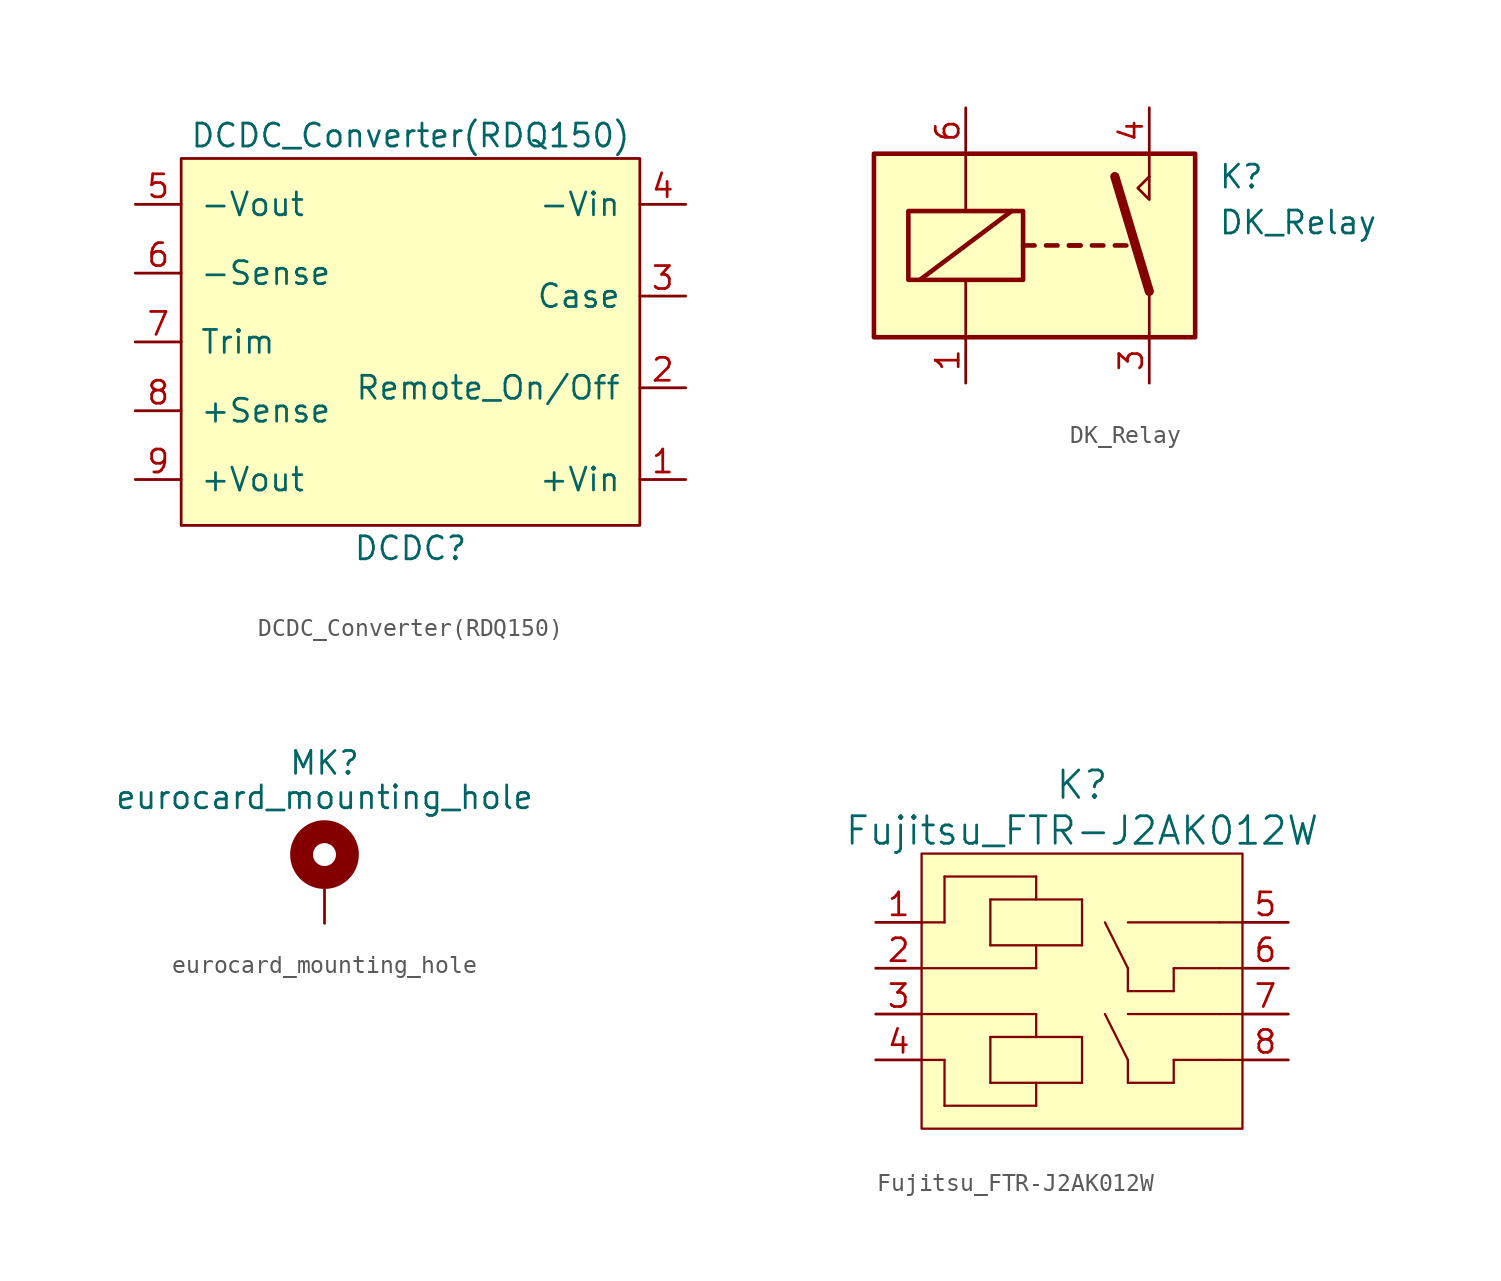
<source format=kicad_sym>
(kicad_symbol_lib
  (version 20211014)
  (generator kicad_symbol_editor)
  (symbol "DCDC_Converter(RDQ150)"
    (pin_names
      (offset 1.016))
    (property "Reference" "DCDC"
      (at 0 -25.4 0)
      (effects (font (size 1.27 1.27))))
    (property "Value" "DCDC_Converter(RDQ150)"
      (at 0 -2.54 0)
      (effects (font (size 1.27 1.27))))
    (symbol "DCDC_Converter(RDQ150)_0_1"
      (rectangle (start -12.7 -3.81) (end 12.7 -24.13) (stroke (width 0) (type default) (color 0 0 0 0)) (fill (type background))))
    (symbol "DCDC_Converter(RDQ150)_1_1"
      (pin power_in line (at 15.24 -21.59 180) (length 2.54) (name "+Vin" (effects (font (size 1.27 1.27)))) (number "1" (effects (font (size 1.27 1.27)))))
      (pin passive line (at 15.24 -16.51 180) (length 2.54) (name "Remote_On/Off" (effects (font (size 1.27 1.27)))) (number "2" (effects (font (size 1.27 1.27)))))
      (pin passive line (at 15.24 -11.43 180) (length 2.54) (name "Case" (effects (font (size 1.27 1.27)))) (number "3" (effects (font (size 1.27 1.27)))))
      (pin power_in line (at 15.24 -6.35 180) (length 2.54) (name "-Vin" (effects (font (size 1.27 1.27)))) (number "4" (effects (font (size 1.27 1.27)))))
      (pin passive line (at -15.24 -6.35 0) (length 2.54) (name "-Vout" (effects (font (size 1.27 1.27)))) (number "5" (effects (font (size 1.27 1.27)))))
      (pin passive line (at -15.24 -10.16 0) (length 2.54) (name "-Sense" (effects (font (size 1.27 1.27)))) (number "6" (effects (font (size 1.27 1.27)))))
      (pin passive line (at -15.24 -13.97 0) (length 2.54) (name "Trim" (effects (font (size 1.27 1.27)))) (number "7" (effects (font (size 1.27 1.27)))))
      (pin passive line (at -15.24 -17.78 0) (length 2.54) (name "+Sense" (effects (font (size 1.27 1.27)))) (number "8" (effects (font (size 1.27 1.27)))))
      (pin passive line (at -15.24 -21.59 0) (length 2.54) (name "+Vout" (effects (font (size 1.27 1.27)))) (number "9" (effects (font (size 1.27 1.27)))))))
  (symbol "DK_Relay"
    (pin_names
      (offset 1.016))
    (property "Reference" "K"
      (at 8.89 3.81 0)
      (effects (font (size 1.27 1.27)) (justify left)))
    (property "Value" "DK_Relay"
      (at 8.89 1.27 0)
      (effects (font (size 1.27 1.27)) (justify left)))
    (symbol "DK_Relay_0_0"
      (polyline (pts (xy 5.08 3.81) (xy 5.08 5.08)) (stroke (width 0) (type default) (color 0 0 0 0)) (fill (type none)))
      (polyline (pts (xy 5.08 3.81) (xy 5.08 2.54) (xy 4.445 3.175) (xy 5.08 3.81)) (stroke (width 0) (type default) (color 0 0 0 0)) (fill (type none))))
    (symbol "DK_Relay_0_1"
      (rectangle (start -10.16 5.08) (end 7.62 -5.08) (stroke (width 0.254) (type default) (color 0 0 0 0)) (fill (type background)))
      (rectangle (start -8.255 1.905) (end -1.905 -1.905) (stroke (width 0.254) (type default) (color 0 0 0 0)) (fill (type none)))
      (polyline (pts (xy -7.62 -1.905) (xy -2.54 1.905)) (stroke (width 0.254) (type default) (color 0 0 0 0)) (fill (type none)))
      (polyline (pts (xy -5.08 -5.08) (xy -5.08 -1.905)) (stroke (width 0) (type default) (color 0 0 0 0)) (fill (type none)))
      (polyline (pts (xy -5.08 5.08) (xy -5.08 1.905)) (stroke (width 0) (type default) (color 0 0 0 0)) (fill (type none)))
      (polyline (pts (xy -1.905 0) (xy -1.27 0)) (stroke (width 0.254) (type default) (color 0 0 0 0)) (fill (type none)))
      (polyline (pts (xy -0.635 0) (xy 0 0)) (stroke (width 0.254) (type default) (color 0 0 0 0)) (fill (type none)))
      (polyline (pts (xy 0.635 0) (xy 1.27 0)) (stroke (width 0.254) (type default) (color 0 0 0 0)) (fill (type none)))
      (polyline (pts (xy 0.635 0) (xy 1.27 0)) (stroke (width 0.254) (type default) (color 0 0 0 0)) (fill (type none)))
      (polyline (pts (xy 1.905 0) (xy 2.54 0)) (stroke (width 0.254) (type default) (color 0 0 0 0)) (fill (type none)))
      (polyline (pts (xy 3.175 0) (xy 3.81 0)) (stroke (width 0.254) (type default) (color 0 0 0 0)) (fill (type none)))
      (polyline (pts (xy 5.08 -2.54) (xy 3.175 3.81)) (stroke (width 0.508) (type default) (color 0 0 0 0)) (fill (type none)))
      (polyline (pts (xy 5.08 -2.54) (xy 5.08 -5.08)) (stroke (width 0) (type default) (color 0 0 0 0)) (fill (type none))))
    (symbol "DK_Relay_1_1"
      (pin passive line (at -5.08 -7.62 90) (length 2.54) (name "~" (effects (font (size 1.27 1.27)))) (number "1" (effects (font (size 1.27 1.27)))))
      (pin passive line (at 5.08 -7.62 90) (length 2.54) (name "~" (effects (font (size 1.27 1.27)))) (number "3" (effects (font (size 1.27 1.27)))))
      (pin passive line (at 5.08 7.62 270) (length 2.54) (name "~" (effects (font (size 1.27 1.27)))) (number "4" (effects (font (size 1.27 1.27)))))
      (pin passive line (at -5.08 7.62 270) (length 2.54) (name "~" (effects (font (size 1.27 1.27)))) (number "6" (effects (font (size 1.27 1.27)))))))
  (symbol "eurocard_mounting_hole"
    (pin_numbers hide)
    (pin_names
      (offset 1.016) hide)
    (property "Reference" "MK"
      (at 0 6.35 0)
      (effects (font (size 1.27 1.27))))
    (property "Value" "eurocard_mounting_hole"
      (at 0 4.445 0)
      (effects (font (size 1.27 1.27))))
    (symbol "eurocard_mounting_hole_0_1"
      (circle (center 0 1.27) (radius 1.27) (stroke (width 1.27) (type default) (color 0 0 0 0)) (fill (type none))))
    (symbol "eurocard_mounting_hole_1_1"
      (pin input line (at 0 -2.54 90) (length 2.54) (name "1" (effects (font (size 1.27 1.27)))) (number "1" (effects (font (size 1.27 1.27)))))))
  (symbol "Fujitsu_FTR-J2AK012W"
    (pin_names
      (offset 0.254) hide)
    (property "Reference" "K"
      (at 20.32 7.62 0)
      (effects (font (size 1.524 1.524))))
    (property "Value" "Fujitsu_FTR-J2AK012W"
      (at 20.32 5.08 0)
      (effects (font (size 1.524 1.524))))
    (property "Datasheet" ""
      (at 0 0 0)
      (effects (font (size 1.524 1.524))))
    (property "ki_locked" ""
      (at 0 0 0)
      (effects (font (size 1.27 1.27))))
    (symbol "Fujitsu_FTR-J2AK012W_1_1"
      (polyline (pts (xy 12.7 -10.16) (xy 17.78 -10.16)) (stroke (width 0.127) (type default) (color 0 0 0 0)) (fill (type none)))
      (polyline (pts (xy 12.7 -7.62) (xy 11.43 -7.62)) (stroke (width 0.127) (type default) (color 0 0 0 0)) (fill (type none)))
      (polyline (pts (xy 12.7 -7.62) (xy 12.7 -10.16)) (stroke (width 0.127) (type default) (color 0 0 0 0)) (fill (type none)))
      (polyline (pts (xy 12.7 0) (xy 11.43 0)) (stroke (width 0.127) (type default) (color 0 0 0 0)) (fill (type none)))
      (polyline (pts (xy 12.7 0) (xy 12.7 2.54)) (stroke (width 0.127) (type default) (color 0 0 0 0)) (fill (type none)))
      (polyline (pts (xy 12.7 2.54) (xy 17.78 2.54)) (stroke (width 0.127) (type default) (color 0 0 0 0)) (fill (type none)))
      (polyline (pts (xy 15.24 -8.89) (xy 15.24 -6.35)) (stroke (width 0.127) (type default) (color 0 0 0 0)) (fill (type none)))
      (polyline (pts (xy 15.24 -6.35) (xy 20.32 -6.35)) (stroke (width 0.127) (type default) (color 0 0 0 0)) (fill (type none)))
      (polyline (pts (xy 15.24 -1.27) (xy 20.32 -1.27)) (stroke (width 0.127) (type default) (color 0 0 0 0)) (fill (type none)))
      (polyline (pts (xy 15.24 1.27) (xy 15.24 -1.27)) (stroke (width 0.127) (type default) (color 0 0 0 0)) (fill (type none)))
      (polyline (pts (xy 17.78 -10.16) (xy 17.78 -8.89)) (stroke (width 0.127) (type default) (color 0 0 0 0)) (fill (type none)))
      (polyline (pts (xy 17.78 -6.35) (xy 17.78 -5.08)) (stroke (width 0.127) (type default) (color 0 0 0 0)) (fill (type none)))
      (polyline (pts (xy 17.78 -5.08) (xy 11.43 -5.08)) (stroke (width 0.127) (type default) (color 0 0 0 0)) (fill (type none)))
      (polyline (pts (xy 17.78 -2.54) (xy 11.43 -2.54)) (stroke (width 0.127) (type default) (color 0 0 0 0)) (fill (type none)))
      (polyline (pts (xy 17.78 -1.27) (xy 17.78 -2.54)) (stroke (width 0.127) (type default) (color 0 0 0 0)) (fill (type none)))
      (polyline (pts (xy 17.78 2.54) (xy 17.78 1.27)) (stroke (width 0.127) (type default) (color 0 0 0 0)) (fill (type none)))
      (polyline (pts (xy 20.32 -8.89) (xy 15.24 -8.89)) (stroke (width 0.127) (type default) (color 0 0 0 0)) (fill (type none)))
      (polyline (pts (xy 20.32 -6.35) (xy 20.32 -8.89)) (stroke (width 0.127) (type default) (color 0 0 0 0)) (fill (type none)))
      (polyline (pts (xy 20.32 -1.27) (xy 20.32 1.27)) (stroke (width 0.127) (type default) (color 0 0 0 0)) (fill (type none)))
      (polyline (pts (xy 20.32 1.27) (xy 15.24 1.27)) (stroke (width 0.127) (type default) (color 0 0 0 0)) (fill (type none)))
      (polyline (pts (xy 22.86 -8.89) (xy 22.86 -7.62)) (stroke (width 0.127) (type default) (color 0 0 0 0)) (fill (type none)))
      (polyline (pts (xy 22.86 -7.62) (xy 21.59 -5.08)) (stroke (width 0.127) (type default) (color 0 0 0 0)) (fill (type none)))
      (polyline (pts (xy 22.86 -3.81) (xy 22.86 -2.54)) (stroke (width 0.127) (type default) (color 0 0 0 0)) (fill (type none)))
      (polyline (pts (xy 22.86 -2.54) (xy 21.59 0)) (stroke (width 0.127) (type default) (color 0 0 0 0)) (fill (type none)))
      (polyline (pts (xy 25.4 -8.89) (xy 22.86 -8.89)) (stroke (width 0.127) (type default) (color 0 0 0 0)) (fill (type none)))
      (polyline (pts (xy 25.4 -7.62) (xy 25.4 -8.89)) (stroke (width 0.127) (type default) (color 0 0 0 0)) (fill (type none)))
      (polyline (pts (xy 25.4 -3.81) (xy 22.86 -3.81)) (stroke (width 0.127) (type default) (color 0 0 0 0)) (fill (type none)))
      (polyline (pts (xy 25.4 -2.54) (xy 25.4 -3.81)) (stroke (width 0.127) (type default) (color 0 0 0 0)) (fill (type none)))
      (polyline (pts (xy 27.94 -7.62) (xy 25.4 -7.62)) (stroke (width 0.127) (type default) (color 0 0 0 0)) (fill (type none)))
      (polyline (pts (xy 27.94 -5.08) (xy 22.86 -5.08)) (stroke (width 0.127) (type default) (color 0 0 0 0)) (fill (type none)))
      (polyline (pts (xy 27.94 -2.54) (xy 25.4 -2.54)) (stroke (width 0.127) (type default) (color 0 0 0 0)) (fill (type none)))
      (polyline (pts (xy 27.94 0) (xy 22.86 0)) (stroke (width 0.127) (type default) (color 0 0 0 0)) (fill (type none)))
      (polyline (pts (xy 27.94 0) (xy 29.21 0)) (stroke (width 0.127) (type default) (color 0 0 0 0)) (fill (type none)))
      (polyline (pts (xy 29.21 -7.62) (xy 27.94 -7.62)) (stroke (width 0.127) (type default) (color 0 0 0 0)) (fill (type none)))
      (polyline (pts (xy 29.21 -5.08) (xy 27.94 -5.08)) (stroke (width 0.127) (type default) (color 0 0 0 0)) (fill (type none)))
      (polyline (pts (xy 29.21 -2.54) (xy 27.94 -2.54)) (stroke (width 0.127) (type default) (color 0 0 0 0)) (fill (type none)))
      (rectangle (start 11.43 3.81) (end 29.21 -11.43) (stroke (width 0.127) (type default) (color 0 0 0 0)) (fill (type background)))
      (pin passive line (at 8.89 0 0) (length 2.54) (name "1" (effects (font (size 1.27 1.27)))) (number "1" (effects (font (size 1.27 1.27)))))
      (pin passive line (at 8.89 -2.54 0) (length 2.54) (name "2" (effects (font (size 1.27 1.27)))) (number "2" (effects (font (size 1.27 1.27)))))
      (pin passive line (at 8.89 -5.08 0) (length 2.54) (name "3" (effects (font (size 1.27 1.27)))) (number "3" (effects (font (size 1.27 1.27)))))
      (pin passive line (at 8.89 -7.62 0) (length 2.54) (name "4" (effects (font (size 1.27 1.27)))) (number "4" (effects (font (size 1.27 1.27)))))
      (pin passive line (at 31.75 0 180) (length 2.54) (name "5" (effects (font (size 1.27 1.27)))) (number "5" (effects (font (size 1.27 1.27)))))
      (pin passive line (at 31.75 -2.54 180) (length 2.54) (name "6" (effects (font (size 1.27 1.27)))) (number "6" (effects (font (size 1.27 1.27)))))
      (pin passive line (at 31.75 -5.08 180) (length 2.54) (name "7" (effects (font (size 1.27 1.27)))) (number "7" (effects (font (size 1.27 1.27)))))
      (pin passive line (at 31.75 -7.62 180) (length 2.54) (name "8" (effects (font (size 1.27 1.27)))) (number "8" (effects (font (size 1.27 1.27))))))))
</source>
